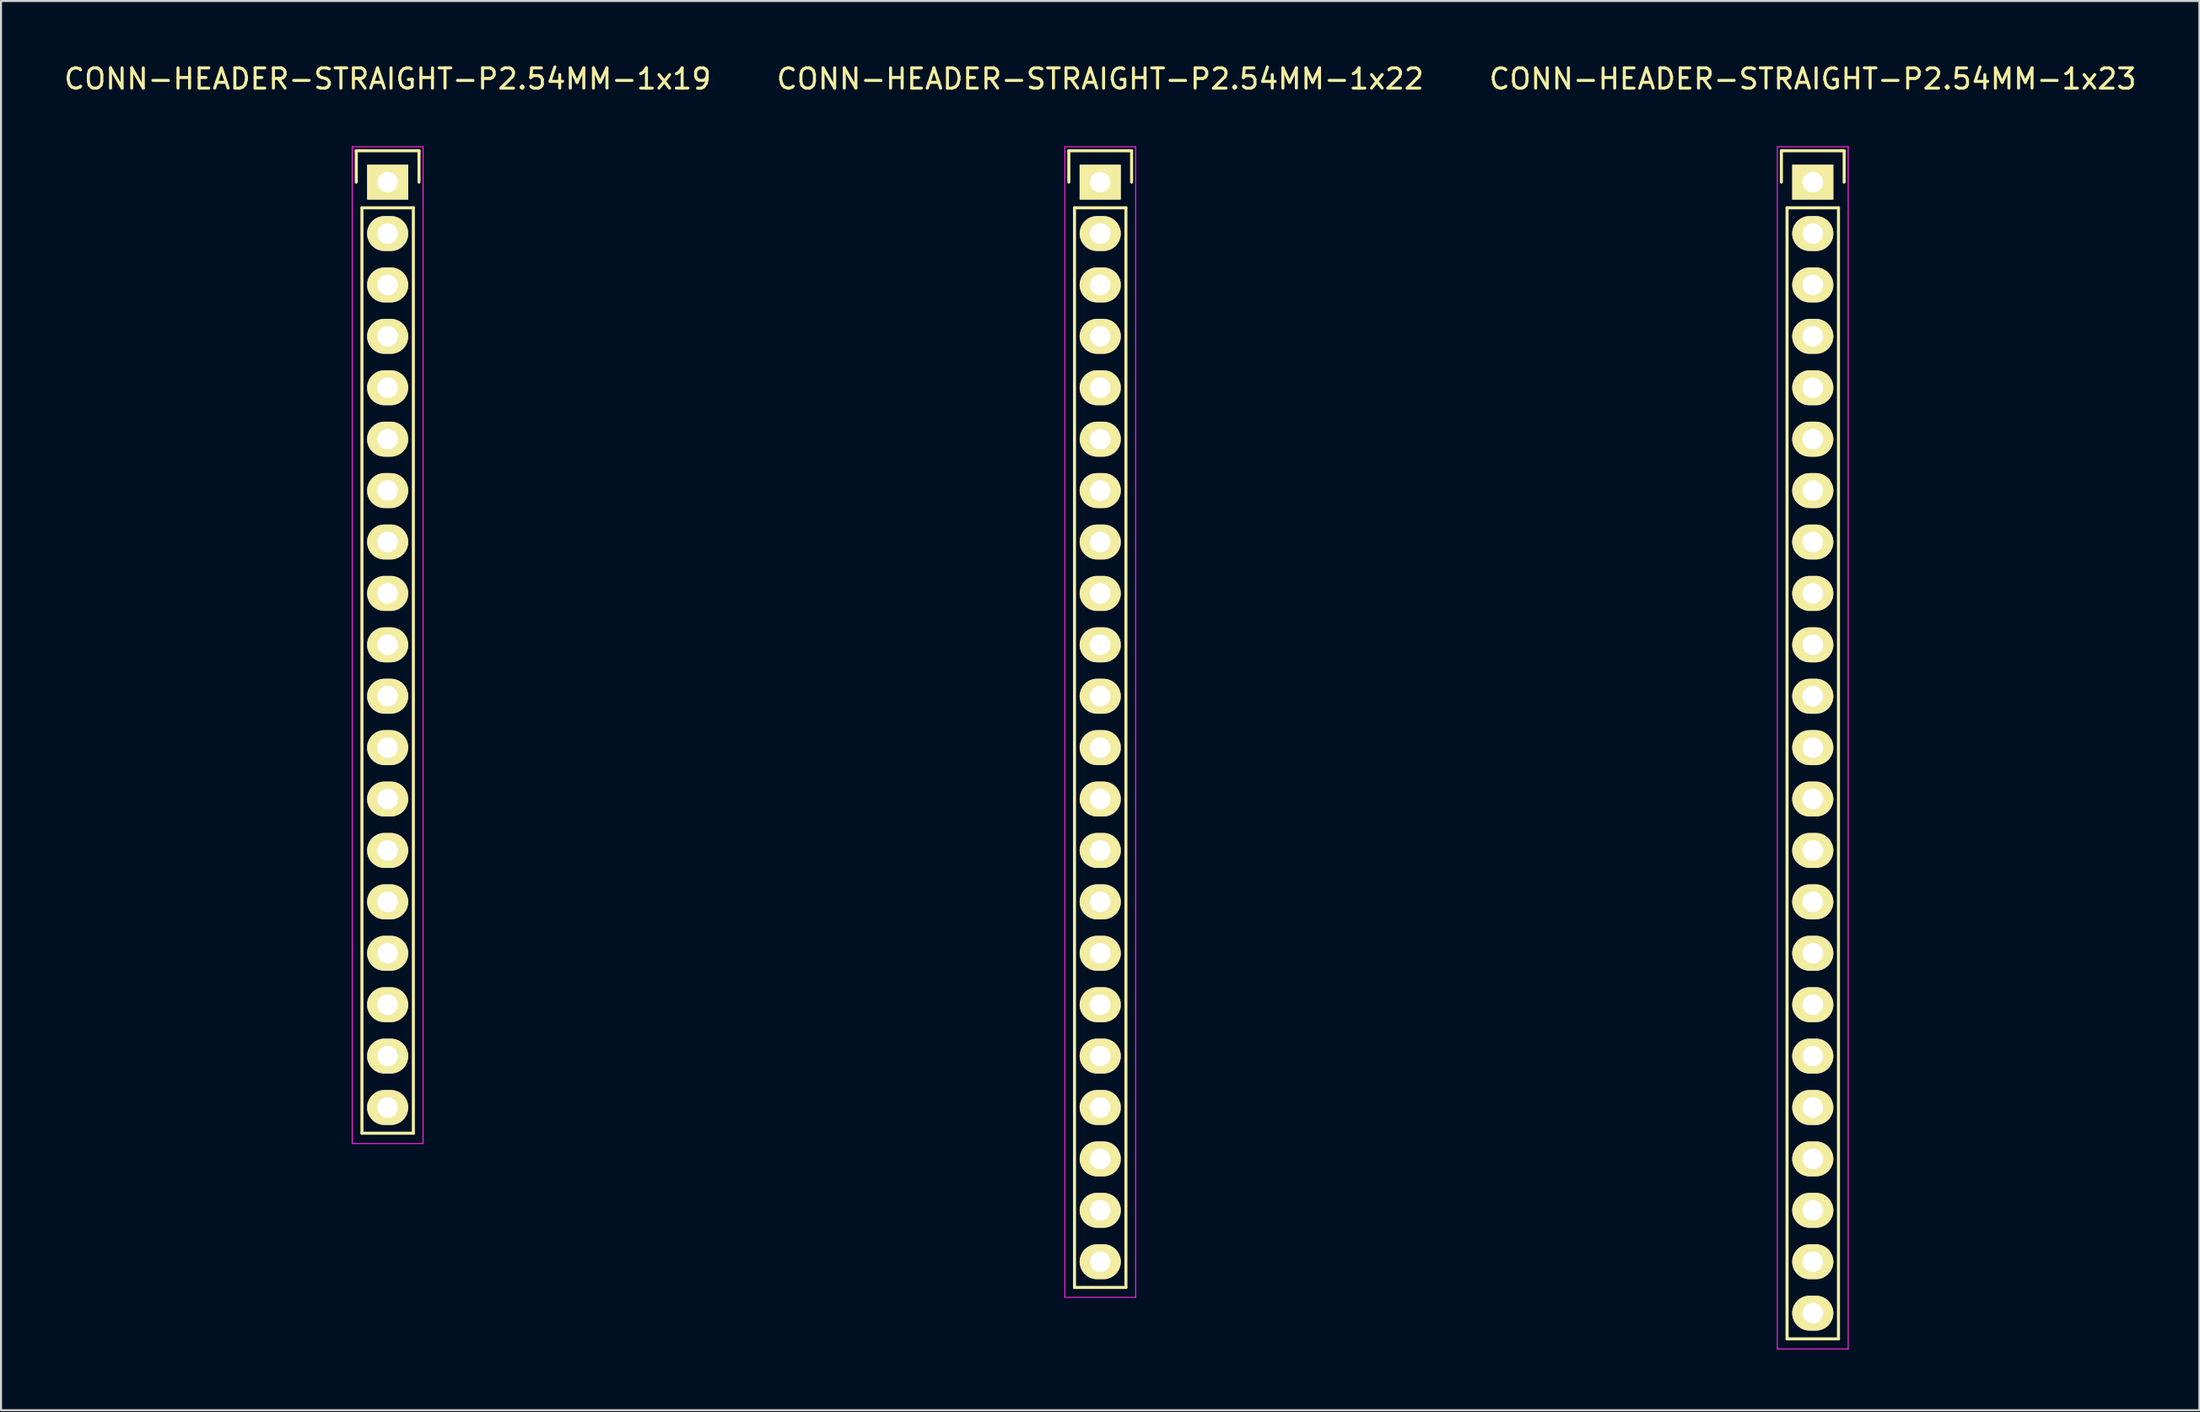
<source format=kicad_pcb>
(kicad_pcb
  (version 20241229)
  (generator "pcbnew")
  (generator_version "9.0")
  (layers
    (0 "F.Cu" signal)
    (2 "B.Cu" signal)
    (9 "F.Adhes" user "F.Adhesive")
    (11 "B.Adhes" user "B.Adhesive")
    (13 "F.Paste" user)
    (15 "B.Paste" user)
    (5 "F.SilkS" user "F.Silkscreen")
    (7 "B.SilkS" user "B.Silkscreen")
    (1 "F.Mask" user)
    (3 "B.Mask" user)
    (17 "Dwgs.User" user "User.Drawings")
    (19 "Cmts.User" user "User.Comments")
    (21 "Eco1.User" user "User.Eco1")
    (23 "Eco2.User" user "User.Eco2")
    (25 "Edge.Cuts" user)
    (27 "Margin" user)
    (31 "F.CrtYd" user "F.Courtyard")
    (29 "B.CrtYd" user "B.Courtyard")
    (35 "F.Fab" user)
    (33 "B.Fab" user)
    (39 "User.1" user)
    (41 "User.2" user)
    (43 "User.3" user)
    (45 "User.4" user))
  (footprint "CONN-HEADER-STRAIGHT-P2.54MM-1x23"
    (layer "F.Cu")
    (at 86.506 5.948)
    (property "Reference" "CONN-HEADER-STRAIGHT-P2.54MM-1x23" (at 0 -5.1 0) (layer "F.SilkS") (effects (font (size 1 1) (thickness 0.15))))
    (attr through_hole)
    (fp_line (start -1.55 -1.55) (end 1.55 -1.55) (stroke (width 0.15) (type solid)) (layer "F.SilkS"))
    (fp_line (start -1.55 0) (end -1.55 -1.55) (stroke (width 0.15) (type solid)) (layer "F.SilkS"))
    (fp_line (start -1.27 1.27) (end -1.27 57.15) (stroke (width 0.15) (type solid)) (layer "F.SilkS"))
    (fp_line (start -1.27 57.15) (end 1.27 57.15) (stroke (width 0.15) (type solid)) (layer "F.SilkS"))
    (fp_line (start 1.27 1.27) (end -1.27 1.27) (stroke (width 0.15) (type solid)) (layer "F.SilkS"))
    (fp_line (start 1.27 57.15) (end 1.27 1.27) (stroke (width 0.15) (type solid)) (layer "F.SilkS"))
    (fp_line (start 1.55 -1.55) (end 1.55 0) (stroke (width 0.15) (type solid)) (layer "F.SilkS"))
    (fp_line (start -1.75 -1.75) (end -1.75 57.65) (stroke (width 0.05) (type solid)) (layer "F.CrtYd"))
    (fp_line (start -1.75 -1.75) (end 1.75 -1.75) (stroke (width 0.05) (type solid)) (layer "F.CrtYd"))
    (fp_line (start -1.75 57.65) (end 1.75 57.65) (stroke (width 0.05) (type solid)) (layer "F.CrtYd"))
    (fp_line (start 1.75 -1.75) (end 1.75 57.65) (stroke (width 0.05) (type solid)) (layer "F.CrtYd"))
    (pad "1" thru_hole rect (at 0 0) (size 2.032 1.727) (drill 1.016) (layers "*.Cu" "*.Mask" "F.SilkS"))
    (pad "2" thru_hole oval (at 0 2.54) (size 2.032 1.727) (drill 1.016) (layers "*.Cu" "*.Mask" "F.SilkS"))
    (pad "3" thru_hole oval (at 0 5.08) (size 2.032 1.727) (drill 1.016) (layers "*.Cu" "*.Mask" "F.SilkS"))
    (pad "4" thru_hole oval (at 0 7.62) (size 2.032 1.727) (drill 1.016) (layers "*.Cu" "*.Mask" "F.SilkS"))
    (pad "5" thru_hole oval (at 0 10.16) (size 2.032 1.727) (drill 1.016) (layers "*.Cu" "*.Mask" "F.SilkS"))
    (pad "6" thru_hole oval (at 0 12.7) (size 2.032 1.727) (drill 1.016) (layers "*.Cu" "*.Mask" "F.SilkS"))
    (pad "7" thru_hole oval (at 0 15.24) (size 2.032 1.727) (drill 1.016) (layers "*.Cu" "*.Mask" "F.SilkS"))
    (pad "8" thru_hole oval (at 0 17.78) (size 2.032 1.727) (drill 1.016) (layers "*.Cu" "*.Mask" "F.SilkS"))
    (pad "9" thru_hole oval (at 0 20.32) (size 2.032 1.727) (drill 1.016) (layers "*.Cu" "*.Mask" "F.SilkS"))
    (pad "10" thru_hole oval (at 0 22.86) (size 2.032 1.727) (drill 1.016) (layers "*.Cu" "*.Mask" "F.SilkS"))
    (pad "11" thru_hole oval (at 0 25.4) (size 2.032 1.727) (drill 1.016) (layers "*.Cu" "*.Mask" "F.SilkS"))
    (pad "12" thru_hole oval (at 0 27.94) (size 2.032 1.727) (drill 1.016) (layers "*.Cu" "*.Mask" "F.SilkS"))
    (pad "13" thru_hole oval (at 0 30.48) (size 2.032 1.727) (drill 1.016) (layers "*.Cu" "*.Mask" "F.SilkS"))
    (pad "14" thru_hole oval (at 0 33.02) (size 2.032 1.727) (drill 1.016) (layers "*.Cu" "*.Mask" "F.SilkS"))
    (pad "15" thru_hole oval (at 0 35.56) (size 2.032 1.727) (drill 1.016) (layers "*.Cu" "*.Mask" "F.SilkS"))
    (pad "16" thru_hole oval (at 0 38.1) (size 2.032 1.727) (drill 1.016) (layers "*.Cu" "*.Mask" "F.SilkS"))
    (pad "17" thru_hole oval (at 0 40.64) (size 2.032 1.727) (drill 1.016) (layers "*.Cu" "*.Mask" "F.SilkS"))
    (pad "18" thru_hole oval (at 0 43.18) (size 2.032 1.727) (drill 1.016) (layers "*.Cu" "*.Mask" "F.SilkS"))
    (pad "19" thru_hole oval (at 0 45.72) (size 2.032 1.727) (drill 1.016) (layers "*.Cu" "*.Mask" "F.SilkS"))
    (pad "20" thru_hole oval (at 0 48.26) (size 2.032 1.727) (drill 1.016) (layers "*.Cu" "*.Mask" "F.SilkS"))
    (pad "21" thru_hole oval (at 0 50.8) (size 2.032 1.727) (drill 1.016) (layers "*.Cu" "*.Mask" "F.SilkS"))
    (pad "22" thru_hole oval (at 0 53.34) (size 2.032 1.727) (drill 1.016) (layers "*.Cu" "*.Mask" "F.SilkS"))
    (pad "23" thru_hole oval (at 0 55.88) (size 2.032 1.727) (drill 1.016) (layers "*.Cu" "*.Mask" "F.SilkS")))
  (footprint "CONN-HEADER-STRAIGHT-P2.54MM-1x22"
    (layer "F.Cu")
    (at 51.304 5.948)
    (property "Reference" "CONN-HEADER-STRAIGHT-P2.54MM-1x22" (at 0 -5.1 0) (layer "F.SilkS") (effects (font (size 1 1) (thickness 0.15))))
    (attr through_hole)
    (fp_line (start -1.55 -1.55) (end 1.55 -1.55) (stroke (width 0.15) (type solid)) (layer "F.SilkS"))
    (fp_line (start -1.55 0) (end -1.55 -1.55) (stroke (width 0.15) (type solid)) (layer "F.SilkS"))
    (fp_line (start -1.27 1.27) (end -1.27 54.61) (stroke (width 0.15) (type solid)) (layer "F.SilkS"))
    (fp_line (start -1.27 54.61) (end 1.27 54.61) (stroke (width 0.15) (type solid)) (layer "F.SilkS"))
    (fp_line (start 1.27 1.27) (end -1.27 1.27) (stroke (width 0.15) (type solid)) (layer "F.SilkS"))
    (fp_line (start 1.27 54.61) (end 1.27 1.27) (stroke (width 0.15) (type solid)) (layer "F.SilkS"))
    (fp_line (start 1.55 -1.55) (end 1.55 0) (stroke (width 0.15) (type solid)) (layer "F.SilkS"))
    (fp_line (start -1.75 -1.75) (end -1.75 55.1) (stroke (width 0.05) (type solid)) (layer "F.CrtYd"))
    (fp_line (start -1.75 -1.75) (end 1.75 -1.75) (stroke (width 0.05) (type solid)) (layer "F.CrtYd"))
    (fp_line (start -1.75 55.1) (end 1.75 55.1) (stroke (width 0.05) (type solid)) (layer "F.CrtYd"))
    (fp_line (start 1.75 -1.75) (end 1.75 55.1) (stroke (width 0.05) (type solid)) (layer "F.CrtYd"))
    (pad "1" thru_hole rect (at 0 0) (size 2.032 1.727) (drill 1.016) (layers "*.Cu" "*.Mask" "F.SilkS"))
    (pad "2" thru_hole oval (at 0 2.54) (size 2.032 1.727) (drill 1.016) (layers "*.Cu" "*.Mask" "F.SilkS"))
    (pad "3" thru_hole oval (at 0 5.08) (size 2.032 1.727) (drill 1.016) (layers "*.Cu" "*.Mask" "F.SilkS"))
    (pad "4" thru_hole oval (at 0 7.62) (size 2.032 1.727) (drill 1.016) (layers "*.Cu" "*.Mask" "F.SilkS"))
    (pad "5" thru_hole oval (at 0 10.16) (size 2.032 1.727) (drill 1.016) (layers "*.Cu" "*.Mask" "F.SilkS"))
    (pad "6" thru_hole oval (at 0 12.7) (size 2.032 1.727) (drill 1.016) (layers "*.Cu" "*.Mask" "F.SilkS"))
    (pad "7" thru_hole oval (at 0 15.24) (size 2.032 1.727) (drill 1.016) (layers "*.Cu" "*.Mask" "F.SilkS"))
    (pad "8" thru_hole oval (at 0 17.78) (size 2.032 1.727) (drill 1.016) (layers "*.Cu" "*.Mask" "F.SilkS"))
    (pad "9" thru_hole oval (at 0 20.32) (size 2.032 1.727) (drill 1.016) (layers "*.Cu" "*.Mask" "F.SilkS"))
    (pad "10" thru_hole oval (at 0 22.86) (size 2.032 1.727) (drill 1.016) (layers "*.Cu" "*.Mask" "F.SilkS"))
    (pad "11" thru_hole oval (at 0 25.4) (size 2.032 1.727) (drill 1.016) (layers "*.Cu" "*.Mask" "F.SilkS"))
    (pad "12" thru_hole oval (at 0 27.94) (size 2.032 1.727) (drill 1.016) (layers "*.Cu" "*.Mask" "F.SilkS"))
    (pad "13" thru_hole oval (at 0 30.48) (size 2.032 1.727) (drill 1.016) (layers "*.Cu" "*.Mask" "F.SilkS"))
    (pad "14" thru_hole oval (at 0 33.02) (size 2.032 1.727) (drill 1.016) (layers "*.Cu" "*.Mask" "F.SilkS"))
    (pad "15" thru_hole oval (at 0 35.56) (size 2.032 1.727) (drill 1.016) (layers "*.Cu" "*.Mask" "F.SilkS"))
    (pad "16" thru_hole oval (at 0 38.1) (size 2.032 1.727) (drill 1.016) (layers "*.Cu" "*.Mask" "F.SilkS"))
    (pad "17" thru_hole oval (at 0 40.64) (size 2.032 1.727) (drill 1.016) (layers "*.Cu" "*.Mask" "F.SilkS"))
    (pad "18" thru_hole oval (at 0 43.18) (size 2.032 1.727) (drill 1.016) (layers "*.Cu" "*.Mask" "F.SilkS"))
    (pad "19" thru_hole oval (at 0 45.72) (size 2.032 1.727) (drill 1.016) (layers "*.Cu" "*.Mask" "F.SilkS"))
    (pad "20" thru_hole oval (at 0 48.26) (size 2.032 1.727) (drill 1.016) (layers "*.Cu" "*.Mask" "F.SilkS"))
    (pad "21" thru_hole oval (at 0 50.8) (size 2.032 1.727) (drill 1.016) (layers "*.Cu" "*.Mask" "F.SilkS"))
    (pad "22" thru_hole oval (at 0 53.34) (size 2.032 1.727) (drill 1.016) (layers "*.Cu" "*.Mask" "F.SilkS")))
  (footprint "CONN-HEADER-STRAIGHT-P2.54MM-1x19"
    (layer "F.Cu")
    (at 16.101 5.948)
    (property "Reference" "CONN-HEADER-STRAIGHT-P2.54MM-1x19" (at 0 -5.1 0) (layer "F.SilkS") (effects (font (size 1 1) (thickness 0.15))))
    (attr through_hole)
    (fp_line (start -1.55 -1.55) (end 1.55 -1.55) (stroke (width 0.15) (type solid)) (layer "F.SilkS"))
    (fp_line (start -1.55 0) (end -1.55 -1.55) (stroke (width 0.15) (type solid)) (layer "F.SilkS"))
    (fp_line (start -1.27 46.99) (end -1.27 1.27) (stroke (width 0.15) (type solid)) (layer "F.SilkS"))
    (fp_line (start 1.27 1.27) (end -1.27 1.27) (stroke (width 0.15) (type solid)) (layer "F.SilkS"))
    (fp_line (start 1.27 1.27) (end 1.27 46.99) (stroke (width 0.15) (type solid)) (layer "F.SilkS"))
    (fp_line (start 1.27 46.99) (end -1.27 46.99) (stroke (width 0.15) (type solid)) (layer "F.SilkS"))
    (fp_line (start 1.55 -1.55) (end 1.55 0) (stroke (width 0.15) (type solid)) (layer "F.SilkS"))
    (fp_line (start -1.75 -1.75) (end -1.75 47.5) (stroke (width 0.05) (type solid)) (layer "F.CrtYd"))
    (fp_line (start -1.75 -1.75) (end 1.75 -1.75) (stroke (width 0.05) (type solid)) (layer "F.CrtYd"))
    (fp_line (start -1.75 47.5) (end 1.75 47.5) (stroke (width 0.05) (type solid)) (layer "F.CrtYd"))
    (fp_line (start 1.75 -1.75) (end 1.75 47.5) (stroke (width 0.05) (type solid)) (layer "F.CrtYd"))
    (pad "1" thru_hole rect (at 0 0) (size 2.032 1.727) (drill 1.016) (layers "*.Cu" "*.Mask" "F.SilkS"))
    (pad "2" thru_hole oval (at 0 2.54) (size 2.032 1.727) (drill 1.016) (layers "*.Cu" "*.Mask" "F.SilkS"))
    (pad "3" thru_hole oval (at 0 5.08) (size 2.032 1.727) (drill 1.016) (layers "*.Cu" "*.Mask" "F.SilkS"))
    (pad "4" thru_hole oval (at 0 7.62) (size 2.032 1.727) (drill 1.016) (layers "*.Cu" "*.Mask" "F.SilkS"))
    (pad "5" thru_hole oval (at 0 10.16) (size 2.032 1.727) (drill 1.016) (layers "*.Cu" "*.Mask" "F.SilkS"))
    (pad "6" thru_hole oval (at 0 12.7) (size 2.032 1.727) (drill 1.016) (layers "*.Cu" "*.Mask" "F.SilkS"))
    (pad "7" thru_hole oval (at 0 15.24) (size 2.032 1.727) (drill 1.016) (layers "*.Cu" "*.Mask" "F.SilkS"))
    (pad "8" thru_hole oval (at 0 17.78) (size 2.032 1.727) (drill 1.016) (layers "*.Cu" "*.Mask" "F.SilkS"))
    (pad "9" thru_hole oval (at 0 20.32) (size 2.032 1.727) (drill 1.016) (layers "*.Cu" "*.Mask" "F.SilkS"))
    (pad "10" thru_hole oval (at 0 22.86) (size 2.032 1.727) (drill 1.016) (layers "*.Cu" "*.Mask" "F.SilkS"))
    (pad "11" thru_hole oval (at 0 25.4) (size 2.032 1.727) (drill 1.016) (layers "*.Cu" "*.Mask" "F.SilkS"))
    (pad "12" thru_hole oval (at 0 27.94) (size 2.032 1.727) (drill 1.016) (layers "*.Cu" "*.Mask" "F.SilkS"))
    (pad "13" thru_hole oval (at 0 30.48) (size 2.032 1.727) (drill 1.016) (layers "*.Cu" "*.Mask" "F.SilkS"))
    (pad "14" thru_hole oval (at 0 33.02) (size 2.032 1.727) (drill 1.016) (layers "*.Cu" "*.Mask" "F.SilkS"))
    (pad "15" thru_hole oval (at 0 35.56) (size 2.032 1.727) (drill 1.016) (layers "*.Cu" "*.Mask" "F.SilkS"))
    (pad "16" thru_hole oval (at 0 38.1) (size 2.032 1.727) (drill 1.016) (layers "*.Cu" "*.Mask" "F.SilkS"))
    (pad "17" thru_hole oval (at 0 40.64) (size 2.032 1.727) (drill 1.016) (layers "*.Cu" "*.Mask" "F.SilkS"))
    (pad "18" thru_hole oval (at 0 43.18) (size 2.032 1.727) (drill 1.016) (layers "*.Cu" "*.Mask" "F.SilkS"))
    (pad "19" thru_hole oval (at 0 45.72) (size 2.032 1.727) (drill 1.016) (layers "*.Cu" "*.Mask" "F.SilkS")))
  (gr_rect
    (start -3 -3)
    (end 105.607 66.623)
    (stroke (width 0.1) (type default))
    (fill no)
    (layer "Edge.Cuts")))
</source>
